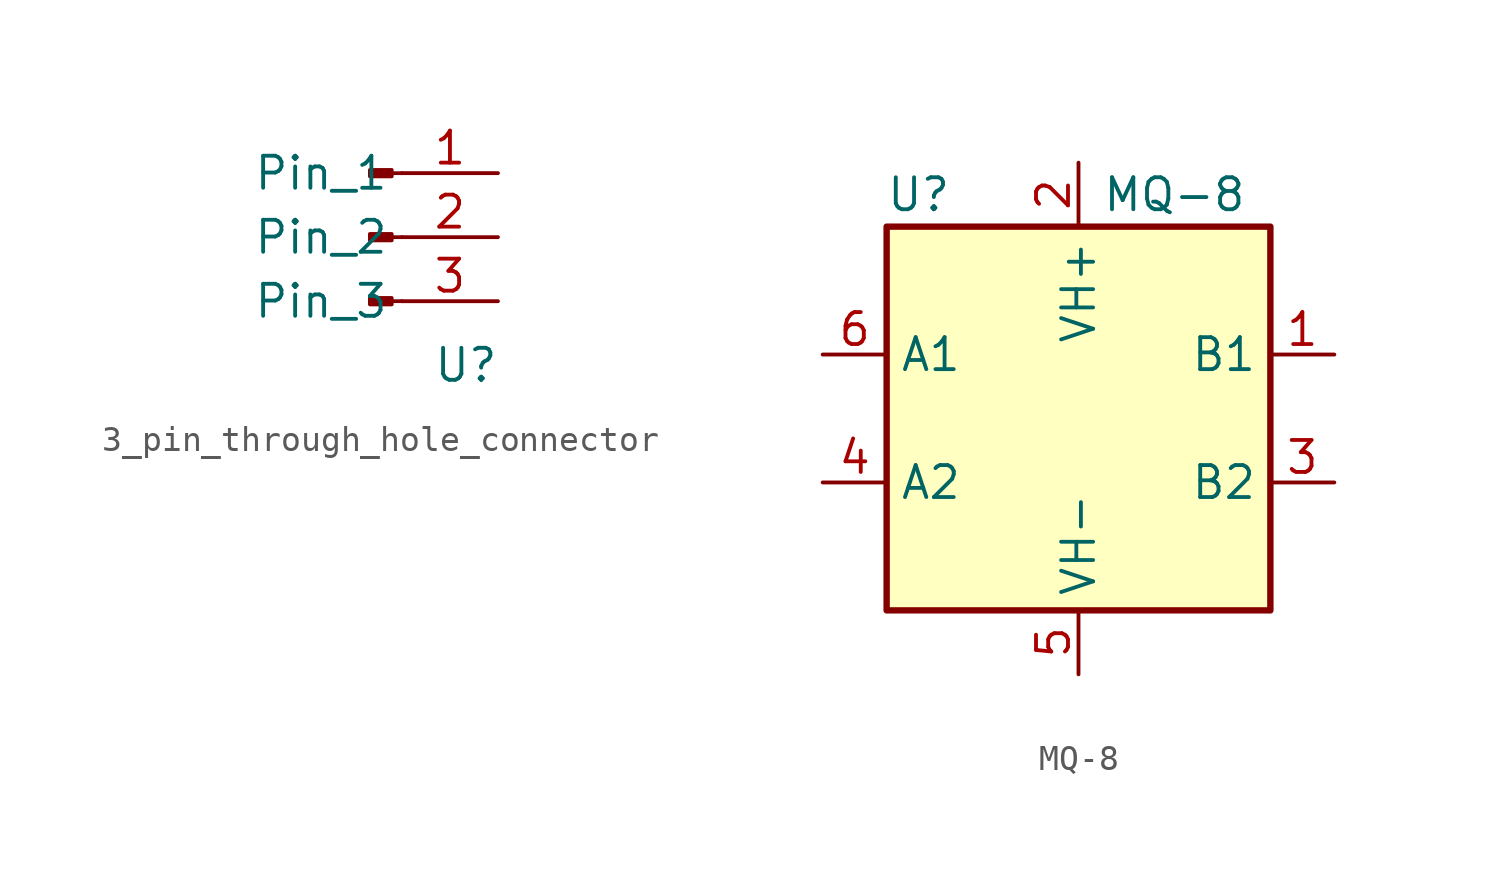
<source format=kicad_sym>
(kicad_symbol_lib
  (version 20220914)
  (generator kicad_symbol_editor)
  (symbol "3_pin_through_hole_connector"
    (property "Reference" "U"
      (at 0 0 0)
      (effects (font (size 1.27 1.27))))
    (property "Value" ""
      (at 0 0 0)
      (effects (font (size 1.27 1.27))))
    (symbol "3_pin_through_hole_connector_1_1"
      (rectangle (start -2.946 2.667) (end -3.81 2.413) (stroke (width 0.152) (type default)) (fill (type outline)))
      (rectangle (start -2.946 5.207) (end -3.81 4.953) (stroke (width 0.152) (type default)) (fill (type outline)))
      (rectangle (start -2.946 7.747) (end -3.81 7.493) (stroke (width 0.152) (type default)) (fill (type outline)))
      (polyline (pts (xy -2.54 2.54) (xy -2.946 2.54)) (stroke (width 0.152) (type default)) (fill (type none)))
      (polyline (pts (xy -2.54 5.08) (xy -2.946 5.08)) (stroke (width 0.152) (type default)) (fill (type none)))
      (polyline (pts (xy -2.54 7.62) (xy -2.946 7.62)) (stroke (width 0.152) (type default)) (fill (type none)))
      (pin passive line (at 1.27 7.62 180) (length 3.81) (name "Pin_1" (effects (font (size 1.27 1.27)))) (number "1" (effects (font (size 1.27 1.27)))))
      (pin passive line (at 1.27 5.08 180) (length 3.81) (name "Pin_2" (effects (font (size 1.27 1.27)))) (number "2" (effects (font (size 1.27 1.27)))))
      (pin passive line (at 1.27 2.54 180) (length 3.81) (name "Pin_3" (effects (font (size 1.27 1.27)))) (number "3" (effects (font (size 1.27 1.27)))))))
  (symbol "MQ-8"
    (property "Reference" "U"
      (at -6.35 8.89 0)
      (effects (font (size 1.27 1.27))))
    (property "Value" "MQ-8"
      (at 3.81 8.89 0)
      (effects (font (size 1.27 1.27))))
    (symbol "MQ-8_0_1"
      (rectangle (start -7.62 7.62) (end 7.62 -7.62) (stroke (width 0.254) (type default)) (fill (type background))))
    (symbol "MQ-8_1_1"
      (pin passive line (at 10.16 2.54 180) (length 2.54) (name "B1" (effects (font (size 1.27 1.27)))) (number "1" (effects (font (size 1.27 1.27)))))
      (pin power_in line (at 0 10.16 270) (length 2.54) (name "VH+" (effects (font (size 1.27 1.27)))) (number "2" (effects (font (size 1.27 1.27)))))
      (pin passive line (at 10.16 -2.54 180) (length 2.54) (name "B2" (effects (font (size 1.27 1.27)))) (number "3" (effects (font (size 1.27 1.27)))))
      (pin passive line (at -10.16 -2.54 0) (length 2.54) (name "A2" (effects (font (size 1.27 1.27)))) (number "4" (effects (font (size 1.27 1.27)))))
      (pin power_in line (at 0 -10.16 90) (length 2.54) (name "VH-" (effects (font (size 1.27 1.27)))) (number "5" (effects (font (size 1.27 1.27)))))
      (pin passive line (at -10.16 2.54 0) (length 2.54) (name "A1" (effects (font (size 1.27 1.27)))) (number "6" (effects (font (size 1.27 1.27))))))))
</source>
